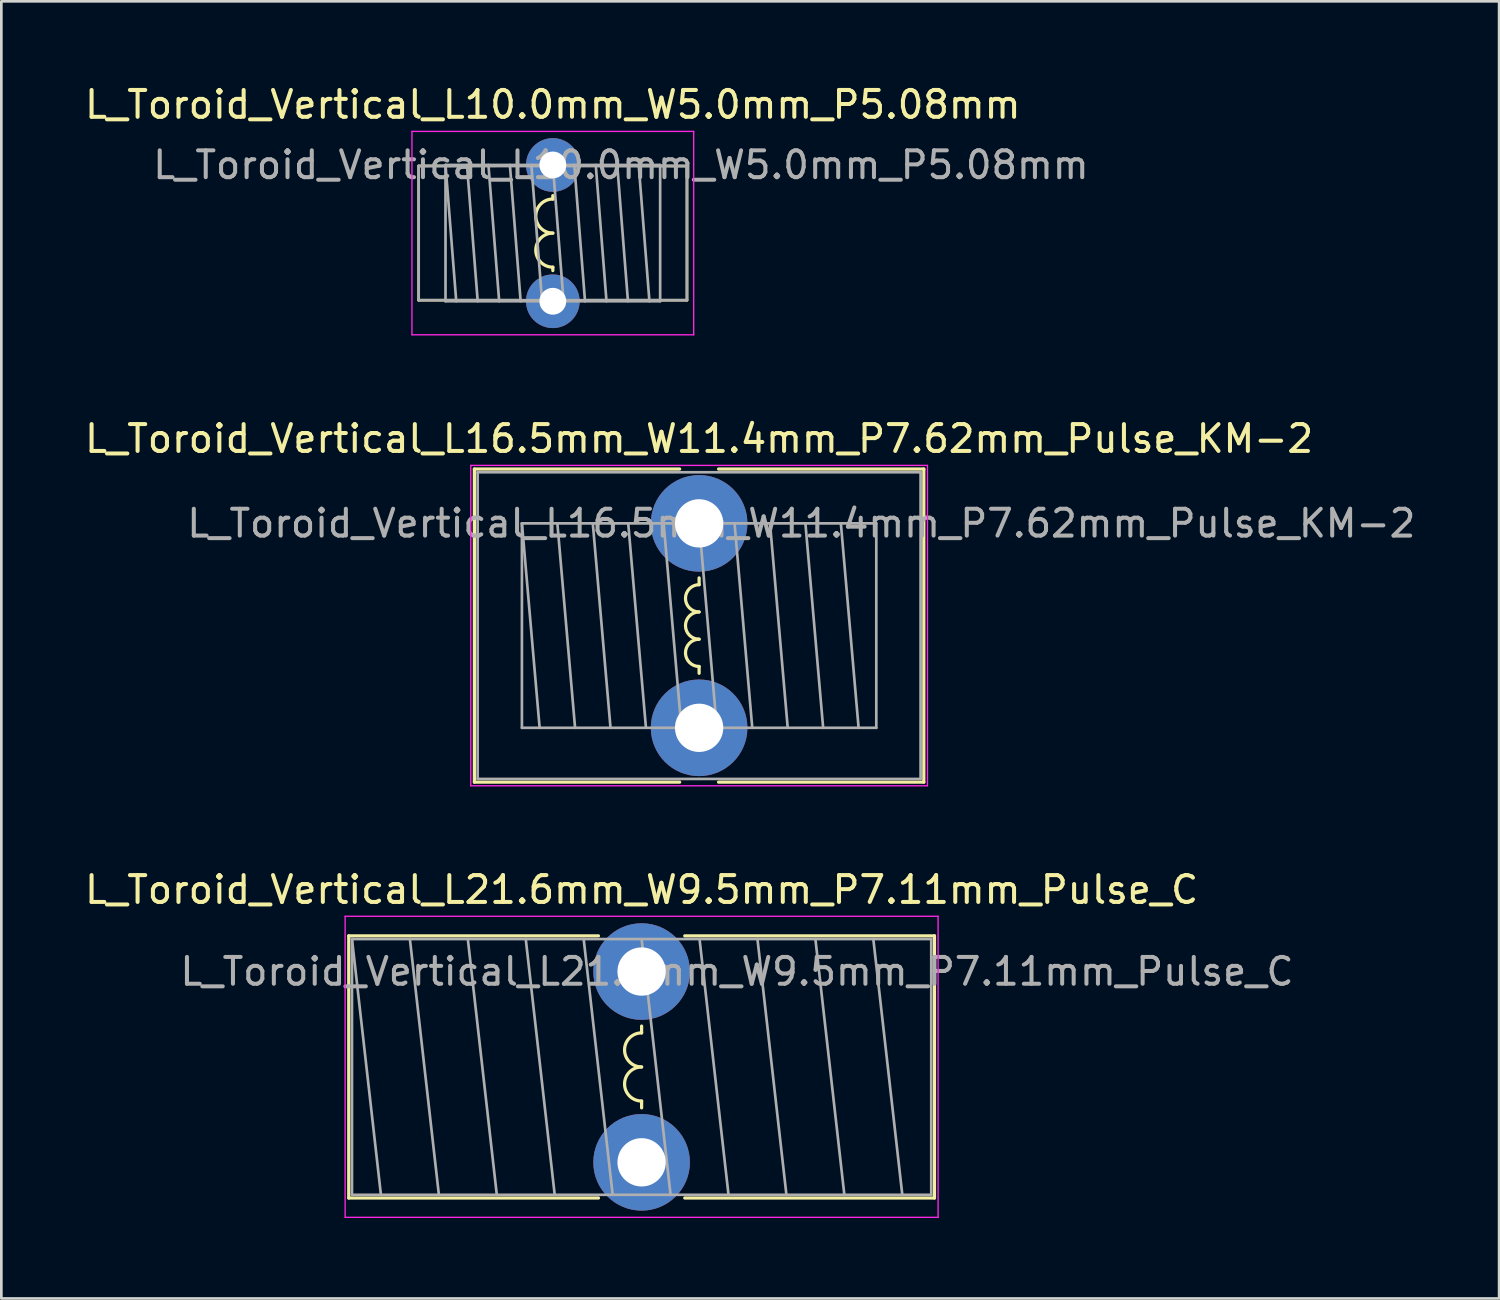
<source format=kicad_pcb>
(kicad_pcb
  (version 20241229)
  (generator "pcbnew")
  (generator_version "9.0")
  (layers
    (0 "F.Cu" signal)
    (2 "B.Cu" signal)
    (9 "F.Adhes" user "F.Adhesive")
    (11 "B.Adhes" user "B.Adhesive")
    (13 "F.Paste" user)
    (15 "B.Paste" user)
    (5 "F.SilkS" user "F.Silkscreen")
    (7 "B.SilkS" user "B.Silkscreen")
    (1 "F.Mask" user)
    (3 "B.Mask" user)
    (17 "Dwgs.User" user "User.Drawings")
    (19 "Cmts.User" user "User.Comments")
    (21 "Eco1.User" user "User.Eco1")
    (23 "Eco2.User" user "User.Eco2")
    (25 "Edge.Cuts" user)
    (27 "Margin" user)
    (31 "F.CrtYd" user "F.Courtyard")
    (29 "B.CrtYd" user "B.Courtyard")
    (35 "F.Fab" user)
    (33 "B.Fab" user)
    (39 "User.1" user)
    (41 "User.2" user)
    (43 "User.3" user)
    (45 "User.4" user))
  (footprint "L_Toroid_Vertical_L10.0mm_W5.0mm_P5.08mm"
    (layer "F.Cu")
    (at 17.554 3.098)
    (property "Reference" "L_Toroid_Vertical_L10.0mm_W5.0mm_P5.08mm" (at 0 -2.25 0) (layer "F.SilkS") (effects (font (size 1 1) (thickness 0.15))))
    (attr through_hole)
    (fp_line (start -5 0.04) (end -5 5.04) (stroke (width 0.1) (type solid)) (layer "F.SilkS"))
    (fp_line (start -5 5.04) (end -1.27 5.04) (stroke (width 0.1) (type solid)) (layer "F.SilkS"))
    (fp_line (start -1.27 0.025) (end -5 0.036) (stroke (width 0.1) (type solid)) (layer "F.SilkS"))
    (fp_line (start 0 1.27) (end 0 1.143) (stroke (width 0.12) (type solid)) (layer "F.SilkS"))
    (fp_line (start 0 3.937) (end 0 3.81) (stroke (width 0.12) (type solid)) (layer "F.SilkS"))
    (fp_line (start 1.27 5.04) (end 5 5.04) (stroke (width 0.1) (type solid)) (layer "F.SilkS"))
    (fp_line (start 5 0.04) (end 1.27 0.025) (stroke (width 0.1) (type solid)) (layer "F.SilkS"))
    (fp_line (start 5 5.04) (end 5 0.04) (stroke (width 0.1) (type solid)) (layer "F.SilkS"))
    (fp_arc (start 0 2.54) (mid -0.635 1.905) (end 0 1.27) (stroke (width 0.12) (type solid)) (layer "F.SilkS"))
    (fp_arc (start 0 3.81) (mid -0.635 3.175) (end 0 2.54) (stroke (width 0.12) (type solid)) (layer "F.SilkS"))
    (fp_line (start -5.25 -1.25) (end -5.25 6.33) (stroke (width 0.05) (type solid)) (layer "F.CrtYd"))
    (fp_line (start -5.25 6.33) (end 5.25 6.33) (stroke (width 0.05) (type solid)) (layer "F.CrtYd"))
    (fp_line (start 5.25 -1.25) (end -5.25 -1.25) (stroke (width 0.05) (type solid)) (layer "F.CrtYd"))
    (fp_line (start 5.25 6.33) (end 5.25 -1.25) (stroke (width 0.05) (type solid)) (layer "F.CrtYd"))
    (fp_line (start -5 0.04) (end -5 5.04) (stroke (width 0.1) (type solid)) (layer "F.Fab"))
    (fp_line (start -5 5.04) (end 5 5.04) (stroke (width 0.1) (type solid)) (layer "F.Fab"))
    (fp_line (start -4 0) (end -4 5.08) (stroke (width 0.1) (type solid)) (layer "F.Fab"))
    (fp_line (start -4 0) (end -3.6 5.08) (stroke (width 0.1) (type solid)) (layer "F.Fab"))
    (fp_line (start -4 5.08) (end 4 5.08) (stroke (width 0.1) (type solid)) (layer "F.Fab"))
    (fp_line (start -3.2 0) (end -2.8 5.08) (stroke (width 0.1) (type solid)) (layer "F.Fab"))
    (fp_line (start -2.4 0) (end -2 5.08) (stroke (width 0.1) (type solid)) (layer "F.Fab"))
    (fp_line (start -1.6 0) (end -1.2 5.08) (stroke (width 0.1) (type solid)) (layer "F.Fab"))
    (fp_line (start -0.8 0) (end -0.4 5.08) (stroke (width 0.1) (type solid)) (layer "F.Fab"))
    (fp_line (start 0 0) (end 0.4 5.08) (stroke (width 0.1) (type solid)) (layer "F.Fab"))
    (fp_line (start 0.8 0) (end 1.2 5.08) (stroke (width 0.1) (type solid)) (layer "F.Fab"))
    (fp_line (start 1.6 0) (end 2 5.08) (stroke (width 0.1) (type solid)) (layer "F.Fab"))
    (fp_line (start 2.4 0) (end 2.8 5.08) (stroke (width 0.1) (type solid)) (layer "F.Fab"))
    (fp_line (start 3.2 0) (end 3.6 5.08) (stroke (width 0.1) (type solid)) (layer "F.Fab"))
    (fp_line (start 4 0) (end -4 0) (stroke (width 0.1) (type solid)) (layer "F.Fab"))
    (fp_line (start 4 5.08) (end 4 0) (stroke (width 0.1) (type solid)) (layer "F.Fab"))
    (fp_line (start 5 0.04) (end -5 0.04) (stroke (width 0.1) (type solid)) (layer "F.Fab"))
    (fp_line (start 5 5.04) (end 5 0.04) (stroke (width 0.1) (type solid)) (layer "F.Fab"))
    (fp_text user "${REFERENCE}" (at 2.54 0 0) (layer "F.Fab") (effects (font (size 1 1) (thickness 0.15))))
    (pad "1" thru_hole circle (at 0 0) (size 2 2) (drill 1) (layers "*.Cu" "*.Mask"))
    (pad "2" thru_hole circle (at 0 5.08) (size 2 2) (drill 1) (layers "*.Cu" "*.Mask")))
  (footprint "L_Toroid_Vertical_L16.5mm_W11.4mm_P7.62mm_Pulse_KM-2"
    (layer "F.Cu")
    (at 23.006 16.456)
    (property "Reference" "L_Toroid_Vertical_L16.5mm_W11.4mm_P7.62mm_Pulse_KM-2" (at 0 -3.155 0) (layer "F.SilkS") (effects (font (size 1 1) (thickness 0.15))))
    (attr through_hole)
    (fp_line (start -8.375 -2.025) (end -8.375 9.645) (stroke (width 0.12) (type solid)) (layer "F.SilkS"))
    (fp_line (start -8.375 -2.025) (end -0.725 -2.025) (stroke (width 0.12) (type solid)) (layer "F.SilkS"))
    (fp_line (start -8.375 9.645) (end -0.725 9.645) (stroke (width 0.12) (type solid)) (layer "F.SilkS"))
    (fp_line (start 0 2.286) (end 0 2.032) (stroke (width 0.12) (type solid)) (layer "F.SilkS"))
    (fp_line (start 0 5.334) (end 0 5.588) (stroke (width 0.12) (type solid)) (layer "F.SilkS"))
    (fp_line (start 0.725 -2.025) (end 8.375 -2.025) (stroke (width 0.12) (type solid)) (layer "F.SilkS"))
    (fp_line (start 0.725 9.645) (end 8.375 9.645) (stroke (width 0.12) (type solid)) (layer "F.SilkS"))
    (fp_line (start 8.375 -2.025) (end 8.375 9.645) (stroke (width 0.12) (type solid)) (layer "F.SilkS"))
    (fp_arc (start 0 3.302) (mid -0.508 2.794) (end 0 2.286) (stroke (width 0.12) (type solid)) (layer "F.SilkS"))
    (fp_arc (start 0 4.318) (mid -0.508 3.81) (end 0 3.302) (stroke (width 0.12) (type solid)) (layer "F.SilkS"))
    (fp_arc (start 0 5.334) (mid -0.508 4.826) (end 0 4.318) (stroke (width 0.12) (type solid)) (layer "F.SilkS"))
    (fp_line (start -8.51 -2.16) (end -8.51 9.78) (stroke (width 0.05) (type solid)) (layer "F.CrtYd"))
    (fp_line (start -8.51 9.78) (end 8.51 9.78) (stroke (width 0.05) (type solid)) (layer "F.CrtYd"))
    (fp_line (start 8.51 -2.16) (end -8.51 -2.16) (stroke (width 0.05) (type solid)) (layer "F.CrtYd"))
    (fp_line (start 8.51 9.78) (end 8.51 -2.16) (stroke (width 0.05) (type solid)) (layer "F.CrtYd"))
    (fp_line (start -8.255 -1.905) (end -8.255 9.525) (stroke (width 0.1) (type solid)) (layer "F.Fab"))
    (fp_line (start -8.255 9.525) (end 8.255 9.525) (stroke (width 0.1) (type solid)) (layer "F.Fab"))
    (fp_line (start -6.604 0) (end -6.604 7.62) (stroke (width 0.1) (type solid)) (layer "F.Fab"))
    (fp_line (start -6.604 0) (end -5.944 7.62) (stroke (width 0.1) (type solid)) (layer "F.Fab"))
    (fp_line (start -6.604 7.62) (end 6.604 7.62) (stroke (width 0.1) (type solid)) (layer "F.Fab"))
    (fp_line (start -5.283 0) (end -4.623 7.62) (stroke (width 0.1) (type solid)) (layer "F.Fab"))
    (fp_line (start -3.962 0) (end -3.302 7.62) (stroke (width 0.1) (type solid)) (layer "F.Fab"))
    (fp_line (start -2.642 0) (end -1.981 7.62) (stroke (width 0.1) (type solid)) (layer "F.Fab"))
    (fp_line (start -1.321 0) (end -0.66 7.62) (stroke (width 0.1) (type solid)) (layer "F.Fab"))
    (fp_line (start 0 0) (end 0.66 7.62) (stroke (width 0.1) (type solid)) (layer "F.Fab"))
    (fp_line (start 1.321 0) (end 1.981 7.62) (stroke (width 0.1) (type solid)) (layer "F.Fab"))
    (fp_line (start 2.642 0) (end 3.302 7.62) (stroke (width 0.1) (type solid)) (layer "F.Fab"))
    (fp_line (start 3.962 0) (end 4.623 7.62) (stroke (width 0.1) (type solid)) (layer "F.Fab"))
    (fp_line (start 5.283 0) (end 5.944 7.62) (stroke (width 0.1) (type solid)) (layer "F.Fab"))
    (fp_line (start 6.604 0) (end -6.604 0) (stroke (width 0.1) (type solid)) (layer "F.Fab"))
    (fp_line (start 6.604 7.62) (end 6.604 0) (stroke (width 0.1) (type solid)) (layer "F.Fab"))
    (fp_line (start 8.255 -1.905) (end -8.255 -1.905) (stroke (width 0.1) (type solid)) (layer "F.Fab"))
    (fp_line (start 8.255 9.525) (end 8.255 -1.905) (stroke (width 0.1) (type solid)) (layer "F.Fab"))
    (fp_text user "${REFERENCE}" (at 3.81 0 0) (layer "F.Fab") (effects (font (size 1 1) (thickness 0.15))))
    (pad "1" thru_hole circle (at 0 0) (size 3.6 3.6) (drill 1.8) (layers "*.Cu" "*.Mask"))
    (pad "2" thru_hole circle (at 0 7.62) (size 3.6 3.6) (drill 1.8) (layers "*.Cu" "*.Mask")))
  (footprint "L_Toroid_Vertical_L21.6mm_W9.5mm_P7.11mm_Pulse_C"
    (layer "F.Cu")
    (at 20.863 33.16)
    (property "Reference" "L_Toroid_Vertical_L21.6mm_W9.5mm_P7.11mm_Pulse_C" (at 0 -3.05 0) (layer "F.SilkS") (effects (font (size 1 1) (thickness 0.15))))
    (attr through_hole)
    (fp_line (start -10.915 -1.33) (end -10.915 8.44) (stroke (width 0.12) (type solid)) (layer "F.SilkS"))
    (fp_line (start -10.915 -1.33) (end -1.608 -1.33) (stroke (width 0.12) (type solid)) (layer "F.SilkS"))
    (fp_line (start -10.915 8.44) (end -1.608 8.44) (stroke (width 0.12) (type solid)) (layer "F.SilkS"))
    (fp_line (start 0 2.286) (end 0 2.032) (stroke (width 0.12) (type solid)) (layer "F.SilkS"))
    (fp_line (start 0 4.826) (end 0 5.08) (stroke (width 0.12) (type solid)) (layer "F.SilkS"))
    (fp_line (start 1.608 -1.33) (end 10.915 -1.33) (stroke (width 0.12) (type solid)) (layer "F.SilkS"))
    (fp_line (start 1.608 8.44) (end 10.915 8.44) (stroke (width 0.12) (type solid)) (layer "F.SilkS"))
    (fp_line (start 10.915 -1.33) (end 10.915 8.44) (stroke (width 0.12) (type solid)) (layer "F.SilkS"))
    (fp_arc (start 0 3.556) (mid -0.635 2.921) (end 0 2.286) (stroke (width 0.12) (type solid)) (layer "F.SilkS"))
    (fp_arc (start 0 4.826) (mid -0.635 4.191) (end 0 3.556) (stroke (width 0.12) (type solid)) (layer "F.SilkS"))
    (fp_line (start -11.05 -2.06) (end -11.05 9.16) (stroke (width 0.05) (type solid)) (layer "F.CrtYd"))
    (fp_line (start -11.05 9.16) (end 11.05 9.16) (stroke (width 0.05) (type solid)) (layer "F.CrtYd"))
    (fp_line (start 11.05 -2.06) (end -11.05 -2.06) (stroke (width 0.05) (type solid)) (layer "F.CrtYd"))
    (fp_line (start 11.05 9.16) (end 11.05 -2.06) (stroke (width 0.05) (type solid)) (layer "F.CrtYd"))
    (fp_line (start -10.795 -1.21) (end -10.795 8.32) (stroke (width 0.1) (type solid)) (layer "F.Fab"))
    (fp_line (start -10.795 -1.21) (end -9.716 8.32) (stroke (width 0.1) (type solid)) (layer "F.Fab"))
    (fp_line (start -10.795 8.32) (end 10.795 8.32) (stroke (width 0.1) (type solid)) (layer "F.Fab"))
    (fp_line (start -8.636 -1.21) (end -7.556 8.32) (stroke (width 0.1) (type solid)) (layer "F.Fab"))
    (fp_line (start -6.477 -1.21) (end -5.397 8.32) (stroke (width 0.1) (type solid)) (layer "F.Fab"))
    (fp_line (start -4.318 -1.21) (end -3.239 8.32) (stroke (width 0.1) (type solid)) (layer "F.Fab"))
    (fp_line (start -2.159 -1.21) (end -1.079 8.32) (stroke (width 0.1) (type solid)) (layer "F.Fab"))
    (fp_line (start 0 -1.21) (end 1.079 8.32) (stroke (width 0.1) (type solid)) (layer "F.Fab"))
    (fp_line (start 2.159 -1.21) (end 3.239 8.32) (stroke (width 0.1) (type solid)) (layer "F.Fab"))
    (fp_line (start 4.318 -1.21) (end 5.397 8.32) (stroke (width 0.1) (type solid)) (layer "F.Fab"))
    (fp_line (start 6.477 -1.21) (end 7.556 8.32) (stroke (width 0.1) (type solid)) (layer "F.Fab"))
    (fp_line (start 8.636 -1.21) (end 9.716 8.32) (stroke (width 0.1) (type solid)) (layer "F.Fab"))
    (fp_line (start 10.795 -1.21) (end -10.795 -1.21) (stroke (width 0.1) (type solid)) (layer "F.Fab"))
    (fp_line (start 10.795 8.32) (end 10.795 -1.21) (stroke (width 0.1) (type solid)) (layer "F.Fab"))
    (fp_text user "${REFERENCE}" (at 3.555 0 0) (layer "F.Fab") (effects (font (size 1 1) (thickness 0.15))))
    (pad "1" thru_hole circle (at 0 0) (size 3.6 3.6) (drill 1.8) (layers "*.Cu" "*.Mask"))
    (pad "2" thru_hole circle (at 0 7.11) (size 3.6 3.6) (drill 1.8) (layers "*.Cu" "*.Mask")))
  (gr_rect
    (start -3 -3)
    (end 52.822 45.345)
    (stroke (width 0.1) (type default))
    (fill no)
    (layer "Edge.Cuts")))
</source>
